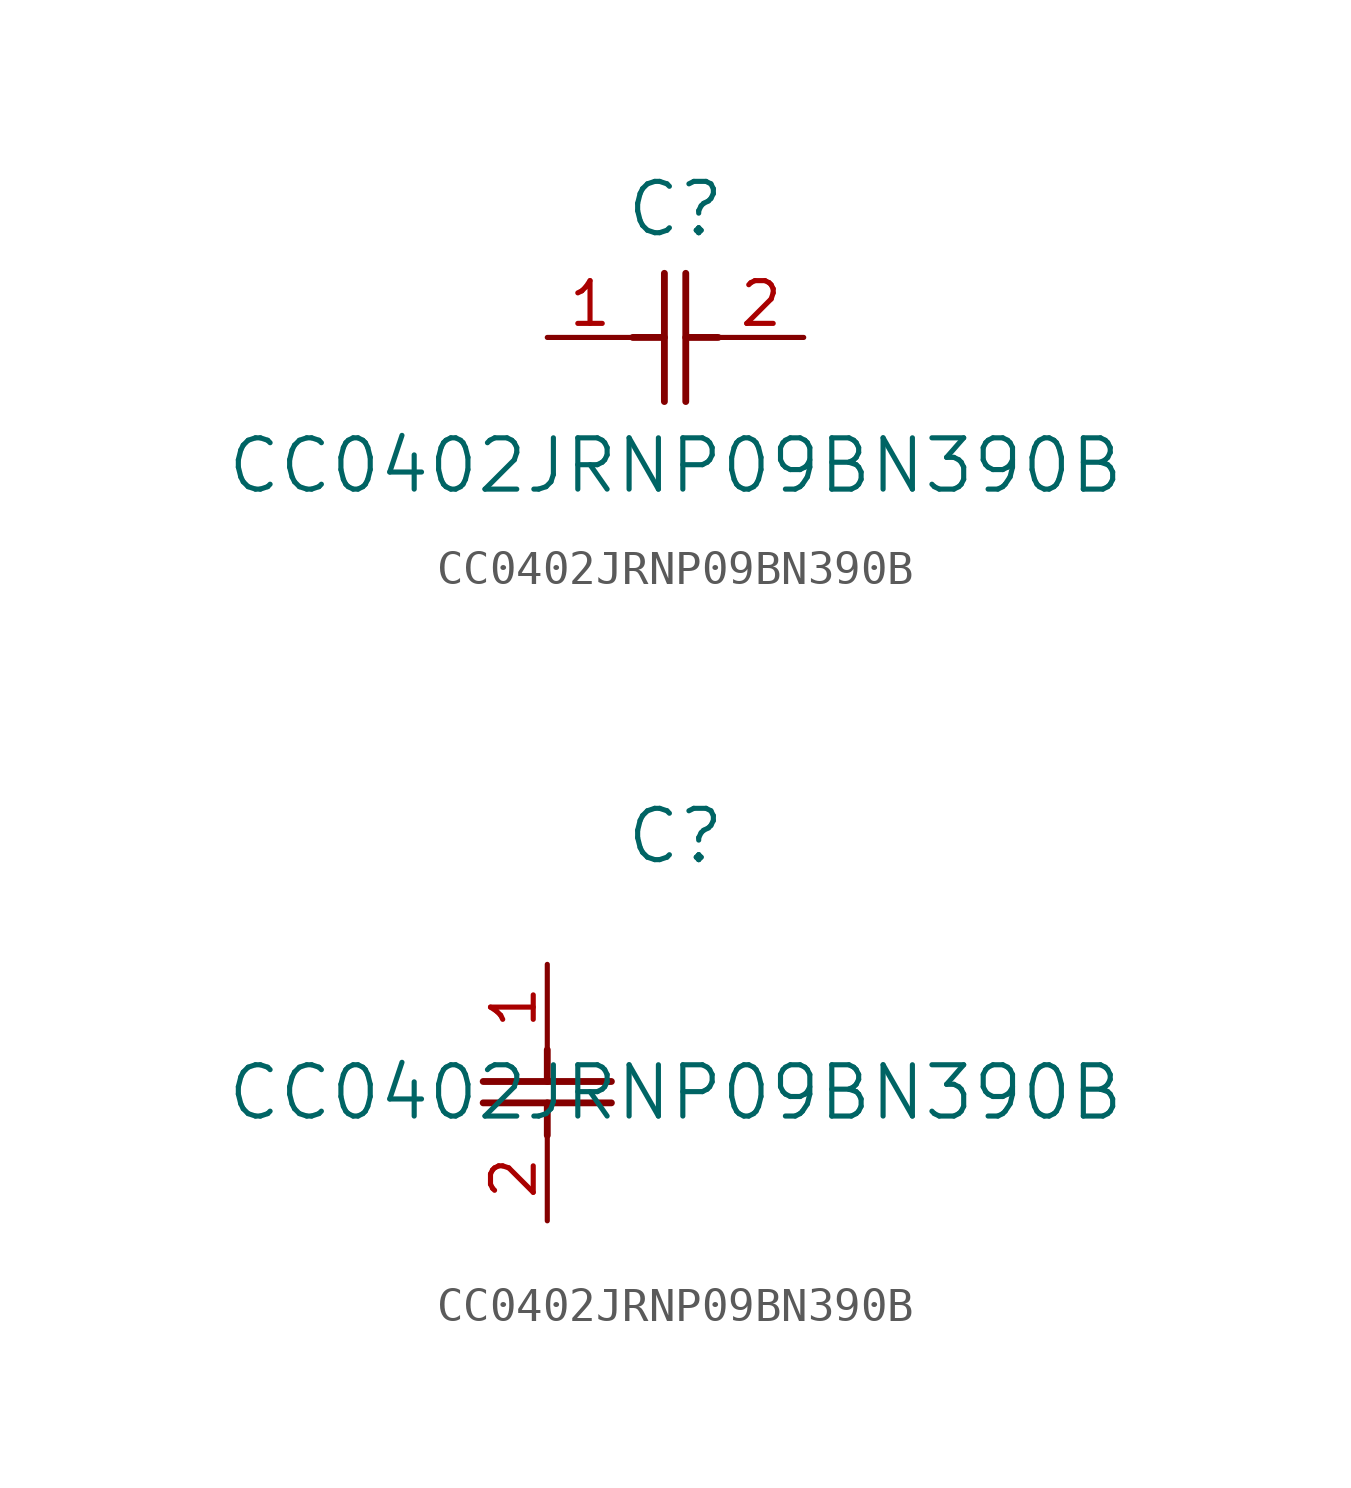
<source format=kicad_sym>
(kicad_symbol_lib
  (version 20211014)
  (generator kicad_symbol_editor)
  (symbol "CC0402JRNP09BN390B"
    (pin_names
      (offset 0.254))
    (property "Reference" "C"
      (at 3.81 3.81 0)
      (effects (font (size 1.524 1.524))))
    (property "Value" "CC0402JRNP09BN390B"
      (at 3.81 -3.81 0)
      (effects (font (size 1.524 1.524))))
    (symbol "CC0402JRNP09BN390B_1_1"
      (polyline (pts (xy 3.48 -1.905) (xy 3.48 1.905)) (stroke (width 0.203) (type default) (color 0 0 0 0)) (fill (type none)))
      (polyline (pts (xy 4.115 -1.905) (xy 4.115 1.905)) (stroke (width 0.203) (type default) (color 0 0 0 0)) (fill (type none)))
      (polyline (pts (xy 4.115 0) (xy 5.08 0)) (stroke (width 0.203) (type default) (color 0 0 0 0)) (fill (type none)))
      (polyline (pts (xy 2.54 0) (xy 3.48 0)) (stroke (width 0.203) (type default) (color 0 0 0 0)) (fill (type none)))
      (pin unspecified line (at 0 0 0) (length 2.54) (name "" (effects (font (size 1.27 1.27)))) (number "1" (effects (font (size 1.27 1.27)))))
      (pin unspecified line (at 7.62 0 180) (length 2.54) (name "" (effects (font (size 1.27 1.27)))) (number "2" (effects (font (size 1.27 1.27))))))
    (symbol "CC0402JRNP09BN390B_1_2"
      (polyline (pts (xy -1.905 -3.48) (xy 1.905 -3.48)) (stroke (width 0.203) (type default) (color 0 0 0 0)) (fill (type none)))
      (polyline (pts (xy -1.905 -4.115) (xy 1.905 -4.115)) (stroke (width 0.203) (type default) (color 0 0 0 0)) (fill (type none)))
      (polyline (pts (xy 0 -4.115) (xy 0 -5.08)) (stroke (width 0.203) (type default) (color 0 0 0 0)) (fill (type none)))
      (polyline (pts (xy 0 -2.54) (xy 0 -3.48)) (stroke (width 0.203) (type default) (color 0 0 0 0)) (fill (type none)))
      (pin unspecified line (at 0 0 270) (length 2.54) (name "" (effects (font (size 1.27 1.27)))) (number "1" (effects (font (size 1.27 1.27)))))
      (pin unspecified line (at 0 -7.62 90) (length 2.54) (name "" (effects (font (size 1.27 1.27)))) (number "2" (effects (font (size 1.27 1.27))))))))
</source>
